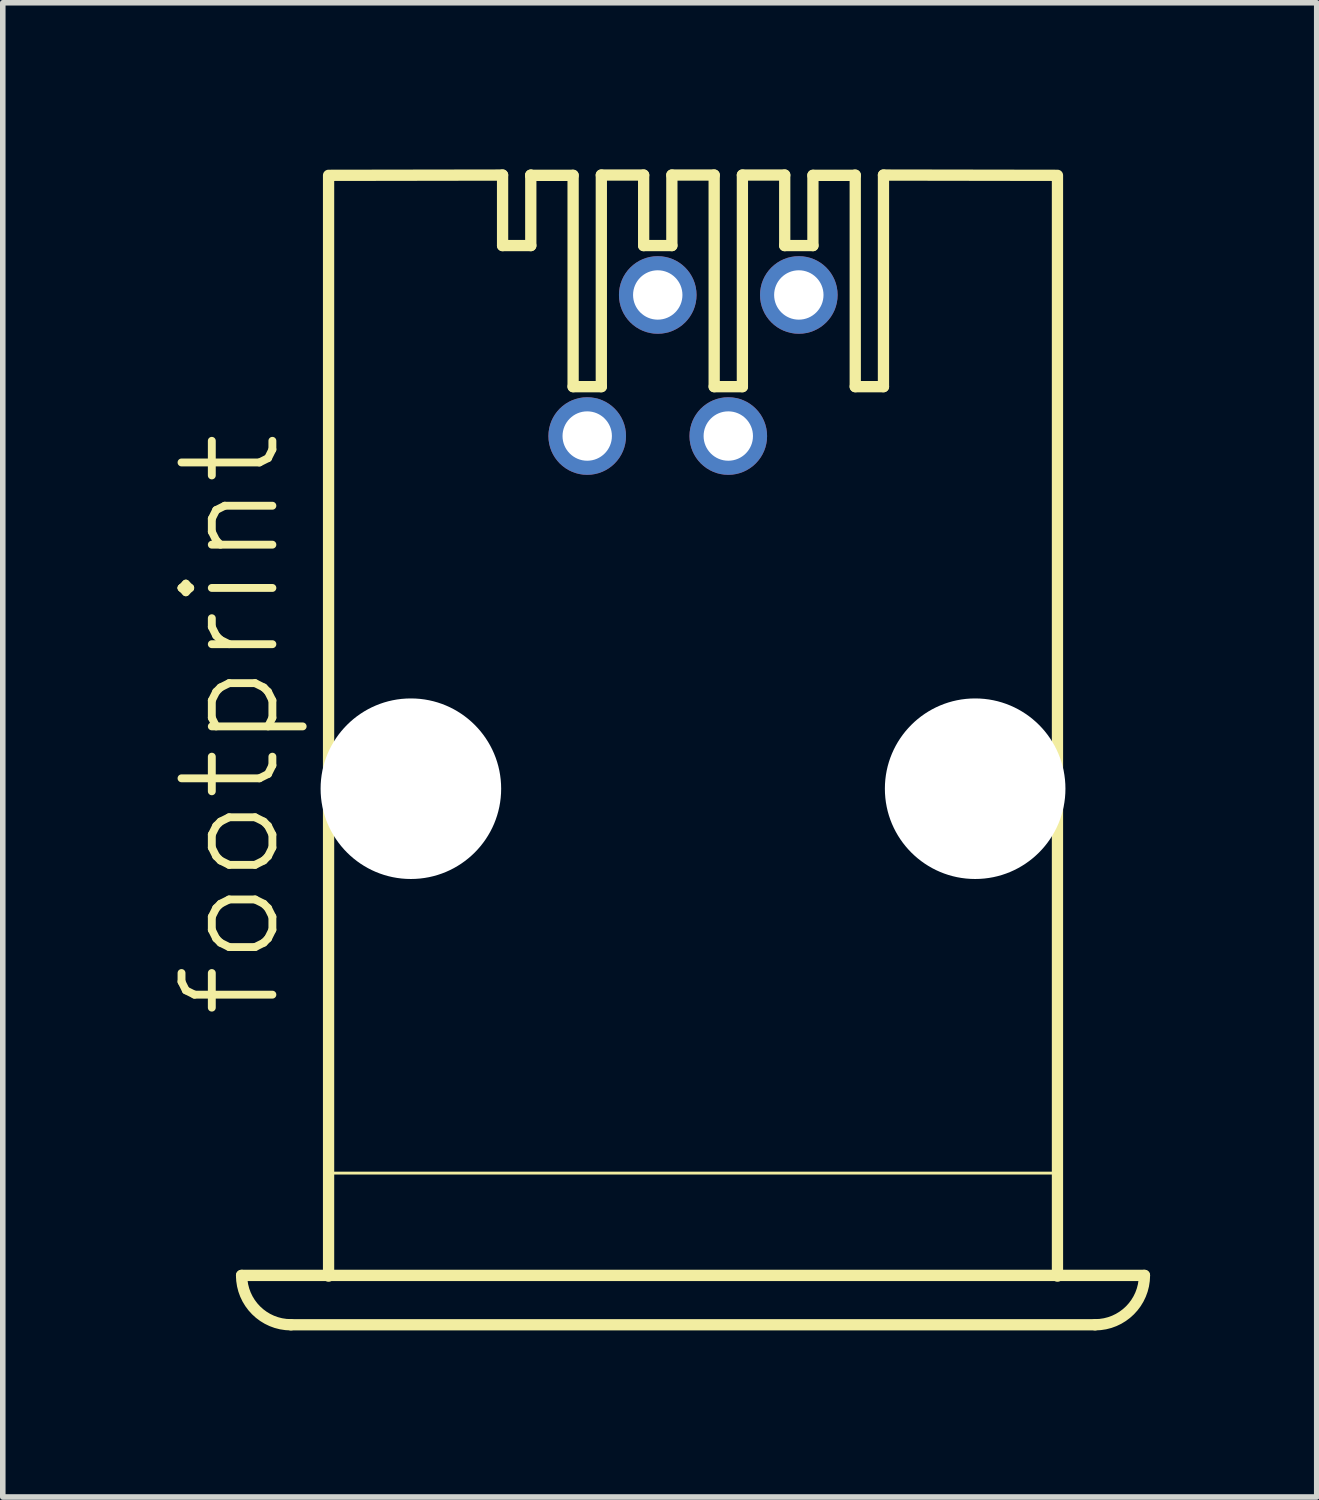
<source format=kicad_pcb>
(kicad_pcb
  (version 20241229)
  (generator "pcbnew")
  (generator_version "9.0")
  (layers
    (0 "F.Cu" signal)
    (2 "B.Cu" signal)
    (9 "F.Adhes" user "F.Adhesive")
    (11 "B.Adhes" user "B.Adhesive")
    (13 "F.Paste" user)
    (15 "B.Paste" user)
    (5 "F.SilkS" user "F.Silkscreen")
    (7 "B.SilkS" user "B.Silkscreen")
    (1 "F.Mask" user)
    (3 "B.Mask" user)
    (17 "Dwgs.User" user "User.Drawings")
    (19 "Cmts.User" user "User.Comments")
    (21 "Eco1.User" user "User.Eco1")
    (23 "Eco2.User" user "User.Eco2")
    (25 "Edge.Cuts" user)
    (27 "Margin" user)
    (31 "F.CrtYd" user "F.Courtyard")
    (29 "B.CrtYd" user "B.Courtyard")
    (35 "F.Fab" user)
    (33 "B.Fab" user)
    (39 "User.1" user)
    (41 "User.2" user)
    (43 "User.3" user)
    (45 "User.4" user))
  (footprint "footprint"
    (layer "F.Cu")
    (at 9.428 11.151)
    (property "Reference" "footprint" (at -7.366 4.191 90) (layer "F.SilkS") (effects (font (size 1.636 1.636) (thickness 0.142)) (justify left bottom)))
    (fp_line (start -8.128 8.763) (end 8.128 8.763) (stroke (width 0.203) (type solid)) (layer "F.SilkS"))
    (fp_line (start -7.239 9.652) (end 7.239 9.652) (stroke (width 0.203) (type solid)) (layer "F.SilkS"))
    (fp_line (start -6.562 -11.044) (end -6.562 8.776) (stroke (width 0.203) (type solid)) (layer "F.SilkS"))
    (fp_line (start -6.54 6.921) (end 6.54 6.921) (stroke (width 0.051) (type solid)) (layer "F.SilkS"))
    (fp_line (start -6.519 -11.044) (end -3.429 -11.049) (stroke (width 0.203) (type solid)) (layer "F.SilkS"))
    (fp_line (start -3.429 -11.049) (end -3.429 -9.779) (stroke (width 0.203) (type solid)) (layer "F.SilkS"))
    (fp_line (start -3.429 -9.779) (end -2.921 -9.779) (stroke (width 0.203) (type solid)) (layer "F.SilkS"))
    (fp_line (start -2.921 -11.049) (end -2.921 -11.044) (stroke (width 0.203) (type solid)) (layer "F.SilkS"))
    (fp_line (start -2.921 -11.044) (end -2.921 -9.779) (stroke (width 0.203) (type solid)) (layer "F.SilkS"))
    (fp_line (start -2.921 -11.044) (end -2.159 -11.044) (stroke (width 0.203) (type solid)) (layer "F.SilkS"))
    (fp_line (start -2.159 -11.044) (end -2.159 -7.239) (stroke (width 0.203) (type solid)) (layer "F.SilkS"))
    (fp_line (start -2.159 -7.239) (end -1.651 -7.239) (stroke (width 0.203) (type solid)) (layer "F.SilkS"))
    (fp_line (start -1.651 -11.049) (end -1.651 -7.239) (stroke (width 0.203) (type solid)) (layer "F.SilkS"))
    (fp_line (start -1.651 -11.049) (end -0.889 -11.049) (stroke (width 0.203) (type solid)) (layer "F.SilkS"))
    (fp_line (start -0.889 -11.049) (end -0.889 -9.779) (stroke (width 0.203) (type solid)) (layer "F.SilkS"))
    (fp_line (start -0.889 -9.779) (end -0.381 -9.779) (stroke (width 0.203) (type solid)) (layer "F.SilkS"))
    (fp_line (start -0.381 -11.049) (end -0.381 -9.779) (stroke (width 0.203) (type solid)) (layer "F.SilkS"))
    (fp_line (start -0.381 -11.049) (end 0.381 -11.049) (stroke (width 0.203) (type solid)) (layer "F.SilkS"))
    (fp_line (start 0.381 -11.049) (end 0.381 -7.239) (stroke (width 0.203) (type solid)) (layer "F.SilkS"))
    (fp_line (start 0.381 -7.239) (end 0.889 -7.239) (stroke (width 0.203) (type solid)) (layer "F.SilkS"))
    (fp_line (start 0.889 -11.049) (end 0.889 -7.239) (stroke (width 0.203) (type solid)) (layer "F.SilkS"))
    (fp_line (start 0.889 -11.049) (end 1.651 -11.049) (stroke (width 0.203) (type solid)) (layer "F.SilkS"))
    (fp_line (start 1.651 -11.049) (end 1.651 -9.779) (stroke (width 0.203) (type solid)) (layer "F.SilkS"))
    (fp_line (start 1.651 -9.779) (end 2.159 -9.779) (stroke (width 0.203) (type solid)) (layer "F.SilkS"))
    (fp_line (start 2.159 -11.044) (end 2.159 -9.779) (stroke (width 0.203) (type solid)) (layer "F.SilkS"))
    (fp_line (start 2.159 -11.044) (end 2.921 -11.044) (stroke (width 0.203) (type solid)) (layer "F.SilkS"))
    (fp_line (start 2.921 -11.049) (end 2.921 -7.239) (stroke (width 0.203) (type solid)) (layer "F.SilkS"))
    (fp_line (start 2.921 -7.239) (end 3.429 -7.239) (stroke (width 0.203) (type solid)) (layer "F.SilkS"))
    (fp_line (start 3.429 -11.049) (end 3.429 -7.239) (stroke (width 0.203) (type solid)) (layer "F.SilkS"))
    (fp_line (start 3.429 -11.049) (end 6.519 -11.044) (stroke (width 0.203) (type solid)) (layer "F.SilkS"))
    (fp_line (start 6.562 8.776) (end 6.562 -11.044) (stroke (width 0.203) (type solid)) (layer "F.SilkS"))
    (fp_arc (start -7.239 9.652) (mid -7.867618 9.391618) (end -8.128 8.763) (stroke (width 0.2032) (type solid)) (layer "F.SilkS"))
    (fp_arc (start 8.128 8.763) (mid 7.867618 9.391618) (end 7.239 9.652) (stroke (width 0.2032) (type solid)) (layer "F.SilkS"))
    (pad "" np_thru_hole circle (at -5.08 0) (size 3.251 3.251) (drill 3.251) (layers "*.Cu" "*.Mask"))
    (pad "" np_thru_hole circle (at 5.08 0) (size 3.251 3.251) (drill 3.251) (layers "*.Cu" "*.Mask"))
    (pad "1" thru_hole circle (at -1.905 -6.35) (size 1.397 1.397) (drill 0.889) (layers "*.Cu" "*.Mask"))
    (pad "2" thru_hole circle (at -0.635 -8.89) (size 1.397 1.397) (drill 0.889) (layers "*.Cu" "*.Mask"))
    (pad "3" thru_hole circle (at 0.635 -6.35) (size 1.397 1.397) (drill 0.889) (layers "*.Cu" "*.Mask"))
    (pad "4" thru_hole circle (at 1.905 -8.89) (size 1.397 1.397) (drill 0.889) (layers "*.Cu" "*.Mask")))
  (gr_rect
    (start -3 -3)
    (end 20.658 23.904)
    (stroke (width 0.1) (type default))
    (fill no)
    (layer "Edge.Cuts")))
</source>
